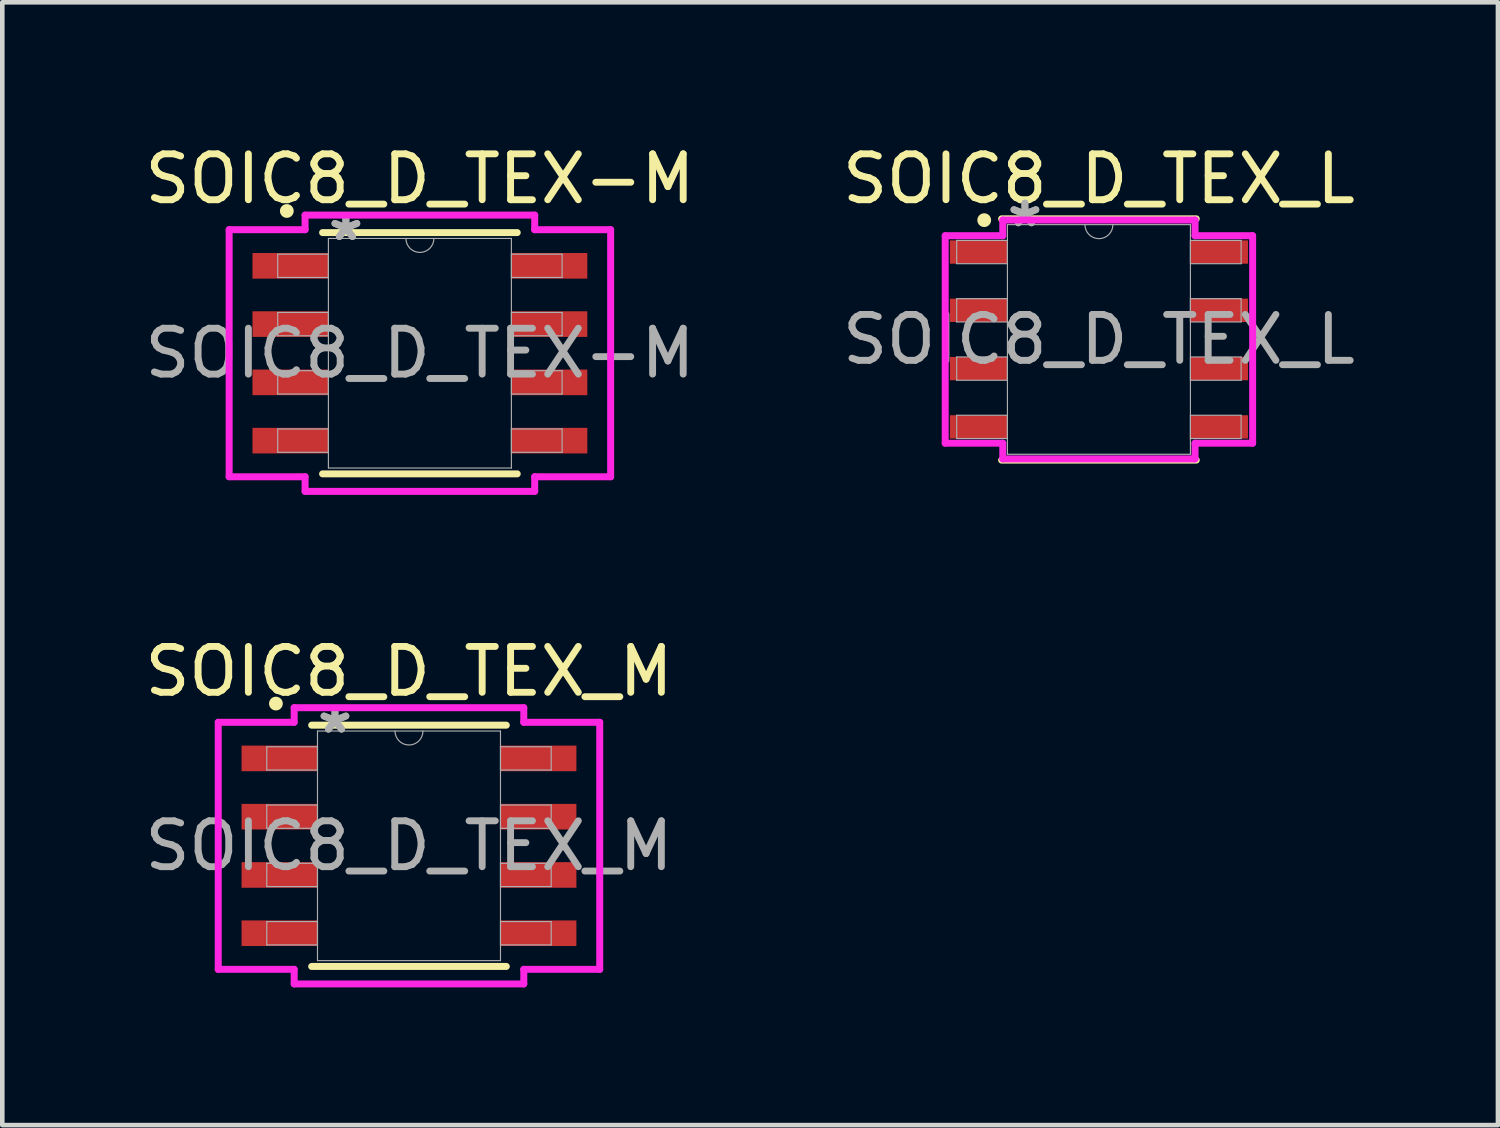
<source format=kicad_pcb>
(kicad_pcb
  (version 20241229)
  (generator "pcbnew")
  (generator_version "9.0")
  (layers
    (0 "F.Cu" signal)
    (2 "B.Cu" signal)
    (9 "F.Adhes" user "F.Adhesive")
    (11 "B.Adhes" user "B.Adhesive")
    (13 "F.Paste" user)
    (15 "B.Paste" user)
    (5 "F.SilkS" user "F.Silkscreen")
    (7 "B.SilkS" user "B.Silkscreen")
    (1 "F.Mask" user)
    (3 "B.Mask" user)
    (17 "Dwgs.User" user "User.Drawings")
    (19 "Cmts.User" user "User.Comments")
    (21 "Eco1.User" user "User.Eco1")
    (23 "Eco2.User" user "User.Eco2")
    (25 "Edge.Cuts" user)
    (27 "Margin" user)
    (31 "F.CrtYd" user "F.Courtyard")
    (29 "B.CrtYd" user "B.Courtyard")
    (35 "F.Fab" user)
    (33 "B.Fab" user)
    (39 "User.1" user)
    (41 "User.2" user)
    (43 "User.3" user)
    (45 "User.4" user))
  (footprint "SOIC8_D_TEX-M"
    (layer "F.Cu")
    (at 6.101 4.648)
    (property "Reference" "SOIC8_D_TEX-M" (at 0 -3.8 0) (unlocked yes) (layer "F.SilkS") (effects (font (size 1 1) (thickness 0.15))))
    (attr smd)
    (fp_line (start -2.121 2.629) (end 2.121 2.629) (stroke (width 0.152) (type solid)) (layer "F.SilkS"))
    (fp_line (start 2.121 -2.629) (end -2.121 -2.629) (stroke (width 0.152) (type solid)) (layer "F.SilkS"))
    (fp_circle (center -2.9 -3.1) (end -2.8 -3.1) (stroke (width 0.1) (type solid)) (fill yes) (layer "F.SilkS"))
    (fp_line (start -4.157 -2.692) (end -2.502 -2.692) (stroke (width 0.152) (type solid)) (layer "F.CrtYd"))
    (fp_line (start -4.157 2.692) (end -4.157 -2.692) (stroke (width 0.152) (type solid)) (layer "F.CrtYd"))
    (fp_line (start -4.157 2.692) (end -2.502 2.692) (stroke (width 0.152) (type solid)) (layer "F.CrtYd"))
    (fp_line (start -2.502 -3.01) (end 2.502 -3.01) (stroke (width 0.152) (type solid)) (layer "F.CrtYd"))
    (fp_line (start -2.502 -2.692) (end -2.502 -3.01) (stroke (width 0.152) (type solid)) (layer "F.CrtYd"))
    (fp_line (start -2.502 3.01) (end -2.502 2.692) (stroke (width 0.152) (type solid)) (layer "F.CrtYd"))
    (fp_line (start 2.502 -3.01) (end 2.502 -2.692) (stroke (width 0.152) (type solid)) (layer "F.CrtYd"))
    (fp_line (start 2.502 2.692) (end 2.502 3.01) (stroke (width 0.152) (type solid)) (layer "F.CrtYd"))
    (fp_line (start 2.502 3.01) (end -2.502 3.01) (stroke (width 0.152) (type solid)) (layer "F.CrtYd"))
    (fp_line (start 4.157 -2.692) (end 2.502 -2.692) (stroke (width 0.152) (type solid)) (layer "F.CrtYd"))
    (fp_line (start 4.157 -2.692) (end 4.157 2.692) (stroke (width 0.152) (type solid)) (layer "F.CrtYd"))
    (fp_line (start 4.157 2.692) (end 2.502 2.692) (stroke (width 0.152) (type solid)) (layer "F.CrtYd"))
    (fp_line (start -3.099 -2.159) (end -3.099 -1.651) (stroke (width 0.025) (type solid)) (layer "F.Fab"))
    (fp_line (start -3.099 -1.651) (end -1.994 -1.651) (stroke (width 0.025) (type solid)) (layer "F.Fab"))
    (fp_line (start -3.099 -0.889) (end -3.099 -0.381) (stroke (width 0.025) (type solid)) (layer "F.Fab"))
    (fp_line (start -3.099 -0.381) (end -1.994 -0.381) (stroke (width 0.025) (type solid)) (layer "F.Fab"))
    (fp_line (start -3.099 0.381) (end -3.099 0.889) (stroke (width 0.025) (type solid)) (layer "F.Fab"))
    (fp_line (start -3.099 0.889) (end -1.994 0.889) (stroke (width 0.025) (type solid)) (layer "F.Fab"))
    (fp_line (start -3.099 1.651) (end -3.099 2.159) (stroke (width 0.025) (type solid)) (layer "F.Fab"))
    (fp_line (start -3.099 2.159) (end -1.994 2.159) (stroke (width 0.025) (type solid)) (layer "F.Fab"))
    (fp_line (start -1.994 -2.502) (end -1.994 2.502) (stroke (width 0.025) (type solid)) (layer "F.Fab"))
    (fp_line (start -1.994 -2.159) (end -3.099 -2.159) (stroke (width 0.025) (type solid)) (layer "F.Fab"))
    (fp_line (start -1.994 -1.651) (end -1.994 -2.159) (stroke (width 0.025) (type solid)) (layer "F.Fab"))
    (fp_line (start -1.994 -0.889) (end -3.099 -0.889) (stroke (width 0.025) (type solid)) (layer "F.Fab"))
    (fp_line (start -1.994 -0.381) (end -1.994 -0.889) (stroke (width 0.025) (type solid)) (layer "F.Fab"))
    (fp_line (start -1.994 0.381) (end -3.099 0.381) (stroke (width 0.025) (type solid)) (layer "F.Fab"))
    (fp_line (start -1.994 0.889) (end -1.994 0.381) (stroke (width 0.025) (type solid)) (layer "F.Fab"))
    (fp_line (start -1.994 1.651) (end -3.099 1.651) (stroke (width 0.025) (type solid)) (layer "F.Fab"))
    (fp_line (start -1.994 2.159) (end -1.994 1.651) (stroke (width 0.025) (type solid)) (layer "F.Fab"))
    (fp_line (start -1.994 2.502) (end 1.994 2.502) (stroke (width 0.025) (type solid)) (layer "F.Fab"))
    (fp_line (start 1.994 -2.502) (end -1.994 -2.502) (stroke (width 0.025) (type solid)) (layer "F.Fab"))
    (fp_line (start 1.994 -2.159) (end 1.994 -1.651) (stroke (width 0.025) (type solid)) (layer "F.Fab"))
    (fp_line (start 1.994 -1.651) (end 3.099 -1.651) (stroke (width 0.025) (type solid)) (layer "F.Fab"))
    (fp_line (start 1.994 -0.889) (end 1.994 -0.381) (stroke (width 0.025) (type solid)) (layer "F.Fab"))
    (fp_line (start 1.994 -0.381) (end 3.099 -0.381) (stroke (width 0.025) (type solid)) (layer "F.Fab"))
    (fp_line (start 1.994 0.381) (end 1.994 0.889) (stroke (width 0.025) (type solid)) (layer "F.Fab"))
    (fp_line (start 1.994 0.889) (end 3.099 0.889) (stroke (width 0.025) (type solid)) (layer "F.Fab"))
    (fp_line (start 1.994 1.651) (end 1.994 2.159) (stroke (width 0.025) (type solid)) (layer "F.Fab"))
    (fp_line (start 1.994 2.159) (end 3.099 2.159) (stroke (width 0.025) (type solid)) (layer "F.Fab"))
    (fp_line (start 1.994 2.502) (end 1.994 -2.502) (stroke (width 0.025) (type solid)) (layer "F.Fab"))
    (fp_line (start 3.099 -2.159) (end 1.994 -2.159) (stroke (width 0.025) (type solid)) (layer "F.Fab"))
    (fp_line (start 3.099 -1.651) (end 3.099 -2.159) (stroke (width 0.025) (type solid)) (layer "F.Fab"))
    (fp_line (start 3.099 -0.889) (end 1.994 -0.889) (stroke (width 0.025) (type solid)) (layer "F.Fab"))
    (fp_line (start 3.099 -0.381) (end 3.099 -0.889) (stroke (width 0.025) (type solid)) (layer "F.Fab"))
    (fp_line (start 3.099 0.381) (end 1.994 0.381) (stroke (width 0.025) (type solid)) (layer "F.Fab"))
    (fp_line (start 3.099 0.889) (end 3.099 0.381) (stroke (width 0.025) (type solid)) (layer "F.Fab"))
    (fp_line (start 3.099 1.651) (end 1.994 1.651) (stroke (width 0.025) (type solid)) (layer "F.Fab"))
    (fp_line (start 3.099 2.159) (end 3.099 1.651) (stroke (width 0.025) (type solid)) (layer "F.Fab"))
    (fp_arc (start 0.3048 -2.5019) (mid 0 -2.1971) (end -0.3048 -2.5019) (stroke (width 0.0254) (type solid)) (layer "F.Fab"))
    (fp_text user "${REFERENCE}" (at 0 0 0) (unlocked yes) (layer "F.Fab") (effects (font (size 1 1) (thickness 0.15))))
    (fp_text user "*" (at -1.613 -2.426 0) (layer "F.Fab") (effects (font (size 1 1) (thickness 0.15))))
    (fp_text user "*" (at -1.613 -2.426 0) (unlocked yes) (layer "F.Fab") (effects (font (size 1 1) (thickness 0.15))))
    (pad "1" smd rect (at -2.821 -1.905) (size 1.655 0.558) (layers "F.Cu" "F.Mask" "F.Paste"))
    (pad "2" smd rect (at -2.821 -0.635) (size 1.655 0.558) (layers "F.Cu" "F.Mask" "F.Paste"))
    (pad "3" smd rect (at -2.821 0.635) (size 1.655 0.558) (layers "F.Cu" "F.Mask" "F.Paste"))
    (pad "4" smd rect (at -2.821 1.905) (size 1.655 0.558) (layers "F.Cu" "F.Mask" "F.Paste"))
    (pad "5" smd rect (at 2.821 1.905) (size 1.655 0.558) (layers "F.Cu" "F.Mask" "F.Paste"))
    (pad "6" smd rect (at 2.821 0.635) (size 1.655 0.558) (layers "F.Cu" "F.Mask" "F.Paste"))
    (pad "7" smd rect (at 2.821 -0.635) (size 1.655 0.558) (layers "F.Cu" "F.Mask" "F.Paste"))
    (pad "8" smd rect (at 2.821 -1.905) (size 1.655 0.558) (layers "F.Cu" "F.Mask" "F.Paste")))
  (footprint "SOIC8_D_TEX_M"
    (layer "F.Cu")
    (at 5.863 15.383)
    (property "Reference" "SOIC8_D_TEX_M" (at 0 -3.8 0) (unlocked yes) (layer "F.SilkS") (effects (font (size 1 1) (thickness 0.15))))
    (attr smd)
    (fp_line (start -2.121 2.629) (end 2.121 2.629) (stroke (width 0.152) (type solid)) (layer "F.SilkS"))
    (fp_line (start 2.121 -2.629) (end -2.121 -2.629) (stroke (width 0.152) (type solid)) (layer "F.SilkS"))
    (fp_circle (center -2.9 -3.1) (end -2.8 -3.1) (stroke (width 0.1) (type solid)) (fill yes) (layer "F.SilkS"))
    (fp_line (start -4.157 -2.692) (end -2.502 -2.692) (stroke (width 0.152) (type solid)) (layer "F.CrtYd"))
    (fp_line (start -4.157 2.692) (end -4.157 -2.692) (stroke (width 0.152) (type solid)) (layer "F.CrtYd"))
    (fp_line (start -4.157 2.692) (end -2.502 2.692) (stroke (width 0.152) (type solid)) (layer "F.CrtYd"))
    (fp_line (start -2.502 -3.01) (end 2.502 -3.01) (stroke (width 0.152) (type solid)) (layer "F.CrtYd"))
    (fp_line (start -2.502 -2.692) (end -2.502 -3.01) (stroke (width 0.152) (type solid)) (layer "F.CrtYd"))
    (fp_line (start -2.502 3.01) (end -2.502 2.692) (stroke (width 0.152) (type solid)) (layer "F.CrtYd"))
    (fp_line (start 2.502 -3.01) (end 2.502 -2.692) (stroke (width 0.152) (type solid)) (layer "F.CrtYd"))
    (fp_line (start 2.502 2.692) (end 2.502 3.01) (stroke (width 0.152) (type solid)) (layer "F.CrtYd"))
    (fp_line (start 2.502 3.01) (end -2.502 3.01) (stroke (width 0.152) (type solid)) (layer "F.CrtYd"))
    (fp_line (start 4.157 -2.692) (end 2.502 -2.692) (stroke (width 0.152) (type solid)) (layer "F.CrtYd"))
    (fp_line (start 4.157 -2.692) (end 4.157 2.692) (stroke (width 0.152) (type solid)) (layer "F.CrtYd"))
    (fp_line (start 4.157 2.692) (end 2.502 2.692) (stroke (width 0.152) (type solid)) (layer "F.CrtYd"))
    (fp_line (start -3.099 -2.159) (end -3.099 -1.651) (stroke (width 0.025) (type solid)) (layer "F.Fab"))
    (fp_line (start -3.099 -1.651) (end -1.994 -1.651) (stroke (width 0.025) (type solid)) (layer "F.Fab"))
    (fp_line (start -3.099 -0.889) (end -3.099 -0.381) (stroke (width 0.025) (type solid)) (layer "F.Fab"))
    (fp_line (start -3.099 -0.381) (end -1.994 -0.381) (stroke (width 0.025) (type solid)) (layer "F.Fab"))
    (fp_line (start -3.099 0.381) (end -3.099 0.889) (stroke (width 0.025) (type solid)) (layer "F.Fab"))
    (fp_line (start -3.099 0.889) (end -1.994 0.889) (stroke (width 0.025) (type solid)) (layer "F.Fab"))
    (fp_line (start -3.099 1.651) (end -3.099 2.159) (stroke (width 0.025) (type solid)) (layer "F.Fab"))
    (fp_line (start -3.099 2.159) (end -1.994 2.159) (stroke (width 0.025) (type solid)) (layer "F.Fab"))
    (fp_line (start -1.994 -2.502) (end -1.994 2.502) (stroke (width 0.025) (type solid)) (layer "F.Fab"))
    (fp_line (start -1.994 -2.159) (end -3.099 -2.159) (stroke (width 0.025) (type solid)) (layer "F.Fab"))
    (fp_line (start -1.994 -1.651) (end -1.994 -2.159) (stroke (width 0.025) (type solid)) (layer "F.Fab"))
    (fp_line (start -1.994 -0.889) (end -3.099 -0.889) (stroke (width 0.025) (type solid)) (layer "F.Fab"))
    (fp_line (start -1.994 -0.381) (end -1.994 -0.889) (stroke (width 0.025) (type solid)) (layer "F.Fab"))
    (fp_line (start -1.994 0.381) (end -3.099 0.381) (stroke (width 0.025) (type solid)) (layer "F.Fab"))
    (fp_line (start -1.994 0.889) (end -1.994 0.381) (stroke (width 0.025) (type solid)) (layer "F.Fab"))
    (fp_line (start -1.994 1.651) (end -3.099 1.651) (stroke (width 0.025) (type solid)) (layer "F.Fab"))
    (fp_line (start -1.994 2.159) (end -1.994 1.651) (stroke (width 0.025) (type solid)) (layer "F.Fab"))
    (fp_line (start -1.994 2.502) (end 1.994 2.502) (stroke (width 0.025) (type solid)) (layer "F.Fab"))
    (fp_line (start 1.994 -2.502) (end -1.994 -2.502) (stroke (width 0.025) (type solid)) (layer "F.Fab"))
    (fp_line (start 1.994 -2.159) (end 1.994 -1.651) (stroke (width 0.025) (type solid)) (layer "F.Fab"))
    (fp_line (start 1.994 -1.651) (end 3.099 -1.651) (stroke (width 0.025) (type solid)) (layer "F.Fab"))
    (fp_line (start 1.994 -0.889) (end 1.994 -0.381) (stroke (width 0.025) (type solid)) (layer "F.Fab"))
    (fp_line (start 1.994 -0.381) (end 3.099 -0.381) (stroke (width 0.025) (type solid)) (layer "F.Fab"))
    (fp_line (start 1.994 0.381) (end 1.994 0.889) (stroke (width 0.025) (type solid)) (layer "F.Fab"))
    (fp_line (start 1.994 0.889) (end 3.099 0.889) (stroke (width 0.025) (type solid)) (layer "F.Fab"))
    (fp_line (start 1.994 1.651) (end 1.994 2.159) (stroke (width 0.025) (type solid)) (layer "F.Fab"))
    (fp_line (start 1.994 2.159) (end 3.099 2.159) (stroke (width 0.025) (type solid)) (layer "F.Fab"))
    (fp_line (start 1.994 2.502) (end 1.994 -2.502) (stroke (width 0.025) (type solid)) (layer "F.Fab"))
    (fp_line (start 3.099 -2.159) (end 1.994 -2.159) (stroke (width 0.025) (type solid)) (layer "F.Fab"))
    (fp_line (start 3.099 -1.651) (end 3.099 -2.159) (stroke (width 0.025) (type solid)) (layer "F.Fab"))
    (fp_line (start 3.099 -0.889) (end 1.994 -0.889) (stroke (width 0.025) (type solid)) (layer "F.Fab"))
    (fp_line (start 3.099 -0.381) (end 3.099 -0.889) (stroke (width 0.025) (type solid)) (layer "F.Fab"))
    (fp_line (start 3.099 0.381) (end 1.994 0.381) (stroke (width 0.025) (type solid)) (layer "F.Fab"))
    (fp_line (start 3.099 0.889) (end 3.099 0.381) (stroke (width 0.025) (type solid)) (layer "F.Fab"))
    (fp_line (start 3.099 1.651) (end 1.994 1.651) (stroke (width 0.025) (type solid)) (layer "F.Fab"))
    (fp_line (start 3.099 2.159) (end 3.099 1.651) (stroke (width 0.025) (type solid)) (layer "F.Fab"))
    (fp_arc (start 0.3048 -2.5019) (mid 0 -2.1971) (end -0.3048 -2.5019) (stroke (width 0.0254) (type solid)) (layer "F.Fab"))
    (fp_text user "*" (at -1.613 -2.426 0) (layer "F.Fab") (effects (font (size 1 1) (thickness 0.15))))
    (fp_text user "*" (at -1.613 -2.426 0) (unlocked yes) (layer "F.Fab") (effects (font (size 1 1) (thickness 0.15))))
    (fp_text user "${REFERENCE}" (at 0 0 0) (unlocked yes) (layer "F.Fab") (effects (font (size 1 1) (thickness 0.15))))
    (pad "1" smd rect (at -2.821 -1.905) (size 1.655 0.558) (layers "F.Cu" "F.Mask" "F.Paste"))
    (pad "2" smd rect (at -2.821 -0.635) (size 1.655 0.558) (layers "F.Cu" "F.Mask" "F.Paste"))
    (pad "3" smd rect (at -2.821 0.635) (size 1.655 0.558) (layers "F.Cu" "F.Mask" "F.Paste"))
    (pad "4" smd rect (at -2.821 1.905) (size 1.655 0.558) (layers "F.Cu" "F.Mask" "F.Paste"))
    (pad "5" smd rect (at 2.821 1.905) (size 1.655 0.558) (layers "F.Cu" "F.Mask" "F.Paste"))
    (pad "6" smd rect (at 2.821 0.635) (size 1.655 0.558) (layers "F.Cu" "F.Mask" "F.Paste"))
    (pad "7" smd rect (at 2.821 -0.635) (size 1.655 0.558) (layers "F.Cu" "F.Mask" "F.Paste"))
    (pad "8" smd rect (at 2.821 -1.905) (size 1.655 0.558) (layers "F.Cu" "F.Mask" "F.Paste")))
  (footprint "SOIC8_D_TEX_L"
    (layer "F.Cu")
    (at 20.899 4.348)
    (property "Reference" "SOIC8_D_TEX_L" (at 0 -3.5 0) (unlocked yes) (layer "F.SilkS") (effects (font (size 1 1) (thickness 0.15))))
    (attr smd)
    (fp_line (start -2.121 2.629) (end 2.121 2.629) (stroke (width 0.152) (type solid)) (layer "F.SilkS"))
    (fp_line (start 2.121 -2.629) (end -2.121 -2.629) (stroke (width 0.152) (type solid)) (layer "F.SilkS"))
    (fp_circle (center -2.5 -2.6) (end -2.4 -2.6) (stroke (width 0.1) (type solid)) (fill yes) (layer "F.SilkS"))
    (fp_line (start -3.35 -2.261) (end -2.095 -2.261) (stroke (width 0.152) (type solid)) (layer "F.CrtYd"))
    (fp_line (start -3.35 2.261) (end -3.35 -2.261) (stroke (width 0.152) (type solid)) (layer "F.CrtYd"))
    (fp_line (start -3.35 2.261) (end -2.095 2.261) (stroke (width 0.152) (type solid)) (layer "F.CrtYd"))
    (fp_line (start -2.095 -2.603) (end 2.095 -2.603) (stroke (width 0.152) (type solid)) (layer "F.CrtYd"))
    (fp_line (start -2.095 -2.261) (end -2.095 -2.603) (stroke (width 0.152) (type solid)) (layer "F.CrtYd"))
    (fp_line (start -2.095 2.603) (end -2.095 2.261) (stroke (width 0.152) (type solid)) (layer "F.CrtYd"))
    (fp_line (start 2.095 -2.603) (end 2.095 -2.261) (stroke (width 0.152) (type solid)) (layer "F.CrtYd"))
    (fp_line (start 2.095 2.261) (end 2.095 2.603) (stroke (width 0.152) (type solid)) (layer "F.CrtYd"))
    (fp_line (start 2.095 2.603) (end -2.095 2.603) (stroke (width 0.152) (type solid)) (layer "F.CrtYd"))
    (fp_line (start 3.35 -2.261) (end 2.095 -2.261) (stroke (width 0.152) (type solid)) (layer "F.CrtYd"))
    (fp_line (start 3.35 -2.261) (end 3.35 2.261) (stroke (width 0.152) (type solid)) (layer "F.CrtYd"))
    (fp_line (start 3.35 2.261) (end 2.095 2.261) (stroke (width 0.152) (type solid)) (layer "F.CrtYd"))
    (fp_line (start -3.099 -2.159) (end -3.099 -1.651) (stroke (width 0.025) (type solid)) (layer "F.Fab"))
    (fp_line (start -3.099 -1.651) (end -1.994 -1.651) (stroke (width 0.025) (type solid)) (layer "F.Fab"))
    (fp_line (start -3.099 -0.889) (end -3.099 -0.381) (stroke (width 0.025) (type solid)) (layer "F.Fab"))
    (fp_line (start -3.099 -0.381) (end -1.994 -0.381) (stroke (width 0.025) (type solid)) (layer "F.Fab"))
    (fp_line (start -3.099 0.381) (end -3.099 0.889) (stroke (width 0.025) (type solid)) (layer "F.Fab"))
    (fp_line (start -3.099 0.889) (end -1.994 0.889) (stroke (width 0.025) (type solid)) (layer "F.Fab"))
    (fp_line (start -3.099 1.651) (end -3.099 2.159) (stroke (width 0.025) (type solid)) (layer "F.Fab"))
    (fp_line (start -3.099 2.159) (end -1.994 2.159) (stroke (width 0.025) (type solid)) (layer "F.Fab"))
    (fp_line (start -1.994 -2.502) (end -1.994 2.502) (stroke (width 0.025) (type solid)) (layer "F.Fab"))
    (fp_line (start -1.994 -2.159) (end -3.099 -2.159) (stroke (width 0.025) (type solid)) (layer "F.Fab"))
    (fp_line (start -1.994 -1.651) (end -1.994 -2.159) (stroke (width 0.025) (type solid)) (layer "F.Fab"))
    (fp_line (start -1.994 -0.889) (end -3.099 -0.889) (stroke (width 0.025) (type solid)) (layer "F.Fab"))
    (fp_line (start -1.994 -0.381) (end -1.994 -0.889) (stroke (width 0.025) (type solid)) (layer "F.Fab"))
    (fp_line (start -1.994 0.381) (end -3.099 0.381) (stroke (width 0.025) (type solid)) (layer "F.Fab"))
    (fp_line (start -1.994 0.889) (end -1.994 0.381) (stroke (width 0.025) (type solid)) (layer "F.Fab"))
    (fp_line (start -1.994 1.651) (end -3.099 1.651) (stroke (width 0.025) (type solid)) (layer "F.Fab"))
    (fp_line (start -1.994 2.159) (end -1.994 1.651) (stroke (width 0.025) (type solid)) (layer "F.Fab"))
    (fp_line (start -1.994 2.502) (end 1.994 2.502) (stroke (width 0.025) (type solid)) (layer "F.Fab"))
    (fp_line (start 1.994 -2.502) (end -1.994 -2.502) (stroke (width 0.025) (type solid)) (layer "F.Fab"))
    (fp_line (start 1.994 -2.159) (end 1.994 -1.651) (stroke (width 0.025) (type solid)) (layer "F.Fab"))
    (fp_line (start 1.994 -1.651) (end 3.099 -1.651) (stroke (width 0.025) (type solid)) (layer "F.Fab"))
    (fp_line (start 1.994 -0.889) (end 1.994 -0.381) (stroke (width 0.025) (type solid)) (layer "F.Fab"))
    (fp_line (start 1.994 -0.381) (end 3.099 -0.381) (stroke (width 0.025) (type solid)) (layer "F.Fab"))
    (fp_line (start 1.994 0.381) (end 1.994 0.889) (stroke (width 0.025) (type solid)) (layer "F.Fab"))
    (fp_line (start 1.994 0.889) (end 3.099 0.889) (stroke (width 0.025) (type solid)) (layer "F.Fab"))
    (fp_line (start 1.994 1.651) (end 1.994 2.159) (stroke (width 0.025) (type solid)) (layer "F.Fab"))
    (fp_line (start 1.994 2.159) (end 3.099 2.159) (stroke (width 0.025) (type solid)) (layer "F.Fab"))
    (fp_line (start 1.994 2.502) (end 1.994 -2.502) (stroke (width 0.025) (type solid)) (layer "F.Fab"))
    (fp_line (start 3.099 -2.159) (end 1.994 -2.159) (stroke (width 0.025) (type solid)) (layer "F.Fab"))
    (fp_line (start 3.099 -1.651) (end 3.099 -2.159) (stroke (width 0.025) (type solid)) (layer "F.Fab"))
    (fp_line (start 3.099 -0.889) (end 1.994 -0.889) (stroke (width 0.025) (type solid)) (layer "F.Fab"))
    (fp_line (start 3.099 -0.381) (end 3.099 -0.889) (stroke (width 0.025) (type solid)) (layer "F.Fab"))
    (fp_line (start 3.099 0.381) (end 1.994 0.381) (stroke (width 0.025) (type solid)) (layer "F.Fab"))
    (fp_line (start 3.099 0.889) (end 3.099 0.381) (stroke (width 0.025) (type solid)) (layer "F.Fab"))
    (fp_line (start 3.099 1.651) (end 1.994 1.651) (stroke (width 0.025) (type solid)) (layer "F.Fab"))
    (fp_line (start 3.099 2.159) (end 3.099 1.651) (stroke (width 0.025) (type solid)) (layer "F.Fab"))
    (fp_arc (start 0.3048 -2.5019) (mid 0 -2.1971) (end -0.3048 -2.5019) (stroke (width 0.0254) (type solid)) (layer "F.Fab"))
    (fp_text user "${REFERENCE}" (at 0 0 0) (unlocked yes) (layer "F.Fab") (effects (font (size 1 1) (thickness 0.15))))
    (fp_text user "*" (at -1.613 -2.426 0) (layer "F.Fab") (effects (font (size 1 1) (thickness 0.15))))
    (fp_text user "*" (at -1.613 -2.426 0) (unlocked yes) (layer "F.Fab") (effects (font (size 1 1) (thickness 0.15))))
    (pad "1" smd rect (at -2.621 -1.905) (size 1.255 0.508) (layers "F.Cu" "F.Mask" "F.Paste"))
    (pad "2" smd rect (at -2.621 -0.635) (size 1.255 0.508) (layers "F.Cu" "F.Mask" "F.Paste"))
    (pad "3" smd rect (at -2.621 0.635) (size 1.255 0.508) (layers "F.Cu" "F.Mask" "F.Paste"))
    (pad "4" smd rect (at -2.621 1.905) (size 1.255 0.508) (layers "F.Cu" "F.Mask" "F.Paste"))
    (pad "5" smd rect (at 2.621 1.905) (size 1.255 0.508) (layers "F.Cu" "F.Mask" "F.Paste"))
    (pad "6" smd rect (at 2.621 0.635) (size 1.255 0.508) (layers "F.Cu" "F.Mask" "F.Paste"))
    (pad "7" smd rect (at 2.621 -0.635) (size 1.255 0.508) (layers "F.Cu" "F.Mask" "F.Paste"))
    (pad "8" smd rect (at 2.621 -1.905) (size 1.255 0.508) (layers "F.Cu" "F.Mask" "F.Paste")))
  (gr_rect
    (start -3 -3)
    (end 29.595 21.469)
    (stroke (width 0.1) (type default))
    (fill no)
    (layer "Edge.Cuts")))
</source>
